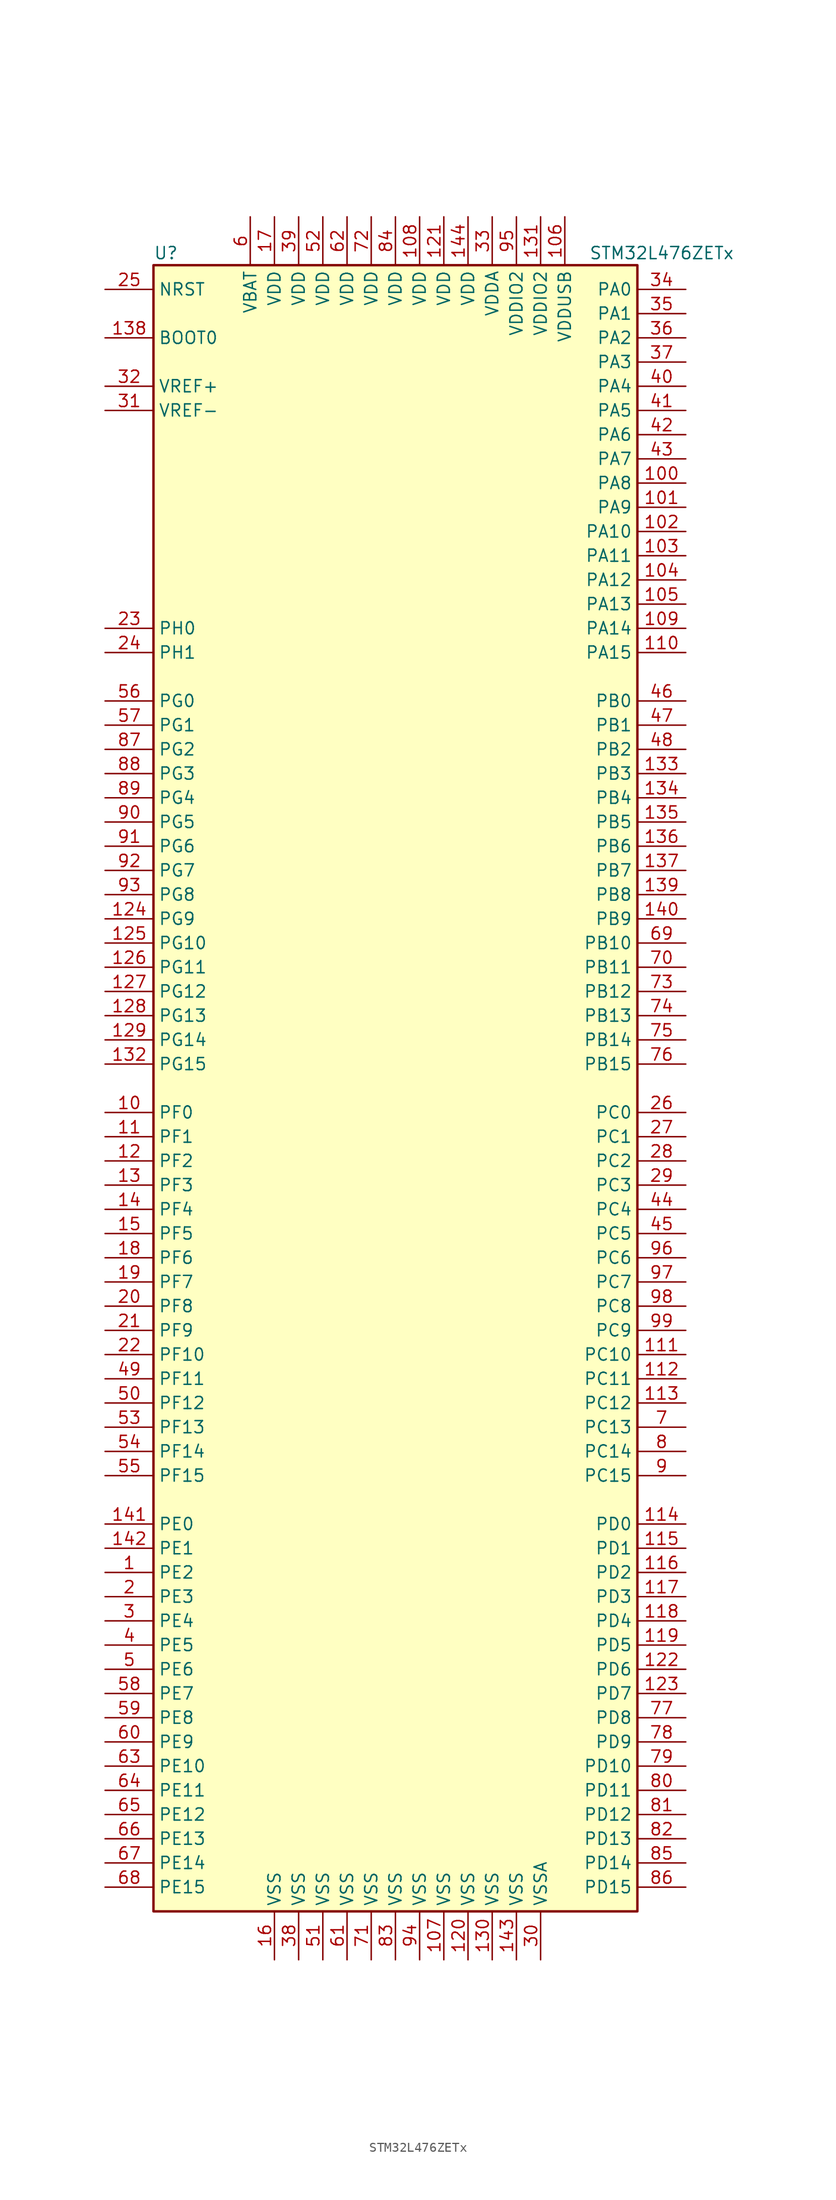
<source format=kicad_sym>
(kicad_symbol_lib
  (version 20201005)
  (generator kicad_symbol_editor)
  (symbol "STM32L476ZETx"
    (property "Reference" "U"
      (at -25.4 87.63 0)
      (effects (font (size 1.27 1.27)) (justify left)))
    (property "Value" "STM32L476ZETx"
      (at 20.32 87.63 0)
      (effects (font (size 1.27 1.27)) (justify left)))
    (symbol "STM32L476ZETx_0_1"
      (rectangle (start -25.4 -86.36) (end 25.4 86.36) (stroke (width 0.254)) (fill (type background))))
    (symbol "STM32L476ZETx_1_1"
      (pin bidirectional line (at -30.48 -50.8 0) (length 5.08) (name "PE2" (effects (font (size 1.27 1.27)))) (number "1" (effects (font (size 1.27 1.27)))))
      (pin bidirectional line (at -30.48 -2.54 0) (length 5.08) (name "PF0" (effects (font (size 1.27 1.27)))) (number "10" (effects (font (size 1.27 1.27)))))
      (pin bidirectional line (at 30.48 63.5 180) (length 5.08) (name "PA8" (effects (font (size 1.27 1.27)))) (number "100" (effects (font (size 1.27 1.27)))))
      (pin bidirectional line (at 30.48 60.96 180) (length 5.08) (name "PA9" (effects (font (size 1.27 1.27)))) (number "101" (effects (font (size 1.27 1.27)))))
      (pin bidirectional line (at 30.48 58.42 180) (length 5.08) (name "PA10" (effects (font (size 1.27 1.27)))) (number "102" (effects (font (size 1.27 1.27)))))
      (pin bidirectional line (at 30.48 55.88 180) (length 5.08) (name "PA11" (effects (font (size 1.27 1.27)))) (number "103" (effects (font (size 1.27 1.27)))))
      (pin bidirectional line (at 30.48 53.34 180) (length 5.08) (name "PA12" (effects (font (size 1.27 1.27)))) (number "104" (effects (font (size 1.27 1.27)))))
      (pin bidirectional line (at 30.48 50.8 180) (length 5.08) (name "PA13" (effects (font (size 1.27 1.27)))) (number "105" (effects (font (size 1.27 1.27)))))
      (pin power_in line (at 17.78 91.44 270) (length 5.08) (name "VDDUSB" (effects (font (size 1.27 1.27)))) (number "106" (effects (font (size 1.27 1.27)))))
      (pin power_in line (at 5.08 -91.44 90) (length 5.08) (name "VSS" (effects (font (size 1.27 1.27)))) (number "107" (effects (font (size 1.27 1.27)))))
      (pin power_in line (at 2.54 91.44 270) (length 5.08) (name "VDD" (effects (font (size 1.27 1.27)))) (number "108" (effects (font (size 1.27 1.27)))))
      (pin bidirectional line (at 30.48 48.26 180) (length 5.08) (name "PA14" (effects (font (size 1.27 1.27)))) (number "109" (effects (font (size 1.27 1.27)))))
      (pin bidirectional line (at -30.48 -5.08 0) (length 5.08) (name "PF1" (effects (font (size 1.27 1.27)))) (number "11" (effects (font (size 1.27 1.27)))))
      (pin bidirectional line (at 30.48 45.72 180) (length 5.08) (name "PA15" (effects (font (size 1.27 1.27)))) (number "110" (effects (font (size 1.27 1.27)))))
      (pin bidirectional line (at 30.48 -27.94 180) (length 5.08) (name "PC10" (effects (font (size 1.27 1.27)))) (number "111" (effects (font (size 1.27 1.27)))))
      (pin bidirectional line (at 30.48 -30.48 180) (length 5.08) (name "PC11" (effects (font (size 1.27 1.27)))) (number "112" (effects (font (size 1.27 1.27)))))
      (pin bidirectional line (at 30.48 -33.02 180) (length 5.08) (name "PC12" (effects (font (size 1.27 1.27)))) (number "113" (effects (font (size 1.27 1.27)))))
      (pin bidirectional line (at 30.48 -45.72 180) (length 5.08) (name "PD0" (effects (font (size 1.27 1.27)))) (number "114" (effects (font (size 1.27 1.27)))))
      (pin bidirectional line (at 30.48 -48.26 180) (length 5.08) (name "PD1" (effects (font (size 1.27 1.27)))) (number "115" (effects (font (size 1.27 1.27)))))
      (pin bidirectional line (at 30.48 -50.8 180) (length 5.08) (name "PD2" (effects (font (size 1.27 1.27)))) (number "116" (effects (font (size 1.27 1.27)))))
      (pin bidirectional line (at 30.48 -53.34 180) (length 5.08) (name "PD3" (effects (font (size 1.27 1.27)))) (number "117" (effects (font (size 1.27 1.27)))))
      (pin bidirectional line (at 30.48 -55.88 180) (length 5.08) (name "PD4" (effects (font (size 1.27 1.27)))) (number "118" (effects (font (size 1.27 1.27)))))
      (pin bidirectional line (at 30.48 -58.42 180) (length 5.08) (name "PD5" (effects (font (size 1.27 1.27)))) (number "119" (effects (font (size 1.27 1.27)))))
      (pin bidirectional line (at -30.48 -7.62 0) (length 5.08) (name "PF2" (effects (font (size 1.27 1.27)))) (number "12" (effects (font (size 1.27 1.27)))))
      (pin power_in line (at 7.62 -91.44 90) (length 5.08) (name "VSS" (effects (font (size 1.27 1.27)))) (number "120" (effects (font (size 1.27 1.27)))))
      (pin power_in line (at 5.08 91.44 270) (length 5.08) (name "VDD" (effects (font (size 1.27 1.27)))) (number "121" (effects (font (size 1.27 1.27)))))
      (pin bidirectional line (at 30.48 -60.96 180) (length 5.08) (name "PD6" (effects (font (size 1.27 1.27)))) (number "122" (effects (font (size 1.27 1.27)))))
      (pin bidirectional line (at 30.48 -63.5 180) (length 5.08) (name "PD7" (effects (font (size 1.27 1.27)))) (number "123" (effects (font (size 1.27 1.27)))))
      (pin bidirectional line (at -30.48 17.78 0) (length 5.08) (name "PG9" (effects (font (size 1.27 1.27)))) (number "124" (effects (font (size 1.27 1.27)))))
      (pin bidirectional line (at -30.48 15.24 0) (length 5.08) (name "PG10" (effects (font (size 1.27 1.27)))) (number "125" (effects (font (size 1.27 1.27)))))
      (pin bidirectional line (at -30.48 12.7 0) (length 5.08) (name "PG11" (effects (font (size 1.27 1.27)))) (number "126" (effects (font (size 1.27 1.27)))))
      (pin bidirectional line (at -30.48 10.16 0) (length 5.08) (name "PG12" (effects (font (size 1.27 1.27)))) (number "127" (effects (font (size 1.27 1.27)))))
      (pin bidirectional line (at -30.48 7.62 0) (length 5.08) (name "PG13" (effects (font (size 1.27 1.27)))) (number "128" (effects (font (size 1.27 1.27)))))
      (pin bidirectional line (at -30.48 5.08 0) (length 5.08) (name "PG14" (effects (font (size 1.27 1.27)))) (number "129" (effects (font (size 1.27 1.27)))))
      (pin bidirectional line (at -30.48 -10.16 0) (length 5.08) (name "PF3" (effects (font (size 1.27 1.27)))) (number "13" (effects (font (size 1.27 1.27)))))
      (pin power_in line (at 10.16 -91.44 90) (length 5.08) (name "VSS" (effects (font (size 1.27 1.27)))) (number "130" (effects (font (size 1.27 1.27)))))
      (pin power_in line (at 15.24 91.44 270) (length 5.08) (name "VDDIO2" (effects (font (size 1.27 1.27)))) (number "131" (effects (font (size 1.27 1.27)))))
      (pin bidirectional line (at -30.48 2.54 0) (length 5.08) (name "PG15" (effects (font (size 1.27 1.27)))) (number "132" (effects (font (size 1.27 1.27)))))
      (pin bidirectional line (at 30.48 33.02 180) (length 5.08) (name "PB3" (effects (font (size 1.27 1.27)))) (number "133" (effects (font (size 1.27 1.27)))))
      (pin bidirectional line (at 30.48 30.48 180) (length 5.08) (name "PB4" (effects (font (size 1.27 1.27)))) (number "134" (effects (font (size 1.27 1.27)))))
      (pin bidirectional line (at 30.48 27.94 180) (length 5.08) (name "PB5" (effects (font (size 1.27 1.27)))) (number "135" (effects (font (size 1.27 1.27)))))
      (pin bidirectional line (at 30.48 25.4 180) (length 5.08) (name "PB6" (effects (font (size 1.27 1.27)))) (number "136" (effects (font (size 1.27 1.27)))))
      (pin bidirectional line (at 30.48 22.86 180) (length 5.08) (name "PB7" (effects (font (size 1.27 1.27)))) (number "137" (effects (font (size 1.27 1.27)))))
      (pin input line (at -30.48 78.74 0) (length 5.08) (name "BOOT0" (effects (font (size 1.27 1.27)))) (number "138" (effects (font (size 1.27 1.27)))))
      (pin bidirectional line (at 30.48 20.32 180) (length 5.08) (name "PB8" (effects (font (size 1.27 1.27)))) (number "139" (effects (font (size 1.27 1.27)))))
      (pin bidirectional line (at -30.48 -12.7 0) (length 5.08) (name "PF4" (effects (font (size 1.27 1.27)))) (number "14" (effects (font (size 1.27 1.27)))))
      (pin bidirectional line (at 30.48 17.78 180) (length 5.08) (name "PB9" (effects (font (size 1.27 1.27)))) (number "140" (effects (font (size 1.27 1.27)))))
      (pin bidirectional line (at -30.48 -45.72 0) (length 5.08) (name "PE0" (effects (font (size 1.27 1.27)))) (number "141" (effects (font (size 1.27 1.27)))))
      (pin bidirectional line (at -30.48 -48.26 0) (length 5.08) (name "PE1" (effects (font (size 1.27 1.27)))) (number "142" (effects (font (size 1.27 1.27)))))
      (pin power_in line (at 12.7 -91.44 90) (length 5.08) (name "VSS" (effects (font (size 1.27 1.27)))) (number "143" (effects (font (size 1.27 1.27)))))
      (pin power_in line (at 7.62 91.44 270) (length 5.08) (name "VDD" (effects (font (size 1.27 1.27)))) (number "144" (effects (font (size 1.27 1.27)))))
      (pin bidirectional line (at -30.48 -15.24 0) (length 5.08) (name "PF5" (effects (font (size 1.27 1.27)))) (number "15" (effects (font (size 1.27 1.27)))))
      (pin power_in line (at -12.7 -91.44 90) (length 5.08) (name "VSS" (effects (font (size 1.27 1.27)))) (number "16" (effects (font (size 1.27 1.27)))))
      (pin power_in line (at -12.7 91.44 270) (length 5.08) (name "VDD" (effects (font (size 1.27 1.27)))) (number "17" (effects (font (size 1.27 1.27)))))
      (pin bidirectional line (at -30.48 -17.78 0) (length 5.08) (name "PF6" (effects (font (size 1.27 1.27)))) (number "18" (effects (font (size 1.27 1.27)))))
      (pin bidirectional line (at -30.48 -20.32 0) (length 5.08) (name "PF7" (effects (font (size 1.27 1.27)))) (number "19" (effects (font (size 1.27 1.27)))))
      (pin bidirectional line (at -30.48 -53.34 0) (length 5.08) (name "PE3" (effects (font (size 1.27 1.27)))) (number "2" (effects (font (size 1.27 1.27)))))
      (pin bidirectional line (at -30.48 -22.86 0) (length 5.08) (name "PF8" (effects (font (size 1.27 1.27)))) (number "20" (effects (font (size 1.27 1.27)))))
      (pin bidirectional line (at -30.48 -25.4 0) (length 5.08) (name "PF9" (effects (font (size 1.27 1.27)))) (number "21" (effects (font (size 1.27 1.27)))))
      (pin bidirectional line (at -30.48 -27.94 0) (length 5.08) (name "PF10" (effects (font (size 1.27 1.27)))) (number "22" (effects (font (size 1.27 1.27)))))
      (pin input line (at -30.48 48.26 0) (length 5.08) (name "PH0" (effects (font (size 1.27 1.27)))) (number "23" (effects (font (size 1.27 1.27)))))
      (pin input line (at -30.48 45.72 0) (length 5.08) (name "PH1" (effects (font (size 1.27 1.27)))) (number "24" (effects (font (size 1.27 1.27)))))
      (pin input line (at -30.48 83.82 0) (length 5.08) (name "NRST" (effects (font (size 1.27 1.27)))) (number "25" (effects (font (size 1.27 1.27)))))
      (pin bidirectional line (at 30.48 -2.54 180) (length 5.08) (name "PC0" (effects (font (size 1.27 1.27)))) (number "26" (effects (font (size 1.27 1.27)))))
      (pin bidirectional line (at 30.48 -5.08 180) (length 5.08) (name "PC1" (effects (font (size 1.27 1.27)))) (number "27" (effects (font (size 1.27 1.27)))))
      (pin bidirectional line (at 30.48 -7.62 180) (length 5.08) (name "PC2" (effects (font (size 1.27 1.27)))) (number "28" (effects (font (size 1.27 1.27)))))
      (pin bidirectional line (at 30.48 -10.16 180) (length 5.08) (name "PC3" (effects (font (size 1.27 1.27)))) (number "29" (effects (font (size 1.27 1.27)))))
      (pin bidirectional line (at -30.48 -55.88 0) (length 5.08) (name "PE4" (effects (font (size 1.27 1.27)))) (number "3" (effects (font (size 1.27 1.27)))))
      (pin power_in line (at 15.24 -91.44 90) (length 5.08) (name "VSSA" (effects (font (size 1.27 1.27)))) (number "30" (effects (font (size 1.27 1.27)))))
      (pin power_in line (at -30.48 71.12 0) (length 5.08) (name "VREF-" (effects (font (size 1.27 1.27)))) (number "31" (effects (font (size 1.27 1.27)))))
      (pin bidirectional line (at -30.48 73.66 0) (length 5.08) (name "VREF+" (effects (font (size 1.27 1.27)))) (number "32" (effects (font (size 1.27 1.27)))))
      (pin power_in line (at 10.16 91.44 270) (length 5.08) (name "VDDA" (effects (font (size 1.27 1.27)))) (number "33" (effects (font (size 1.27 1.27)))))
      (pin bidirectional line (at 30.48 83.82 180) (length 5.08) (name "PA0" (effects (font (size 1.27 1.27)))) (number "34" (effects (font (size 1.27 1.27)))))
      (pin bidirectional line (at 30.48 81.28 180) (length 5.08) (name "PA1" (effects (font (size 1.27 1.27)))) (number "35" (effects (font (size 1.27 1.27)))))
      (pin bidirectional line (at 30.48 78.74 180) (length 5.08) (name "PA2" (effects (font (size 1.27 1.27)))) (number "36" (effects (font (size 1.27 1.27)))))
      (pin bidirectional line (at 30.48 76.2 180) (length 5.08) (name "PA3" (effects (font (size 1.27 1.27)))) (number "37" (effects (font (size 1.27 1.27)))))
      (pin power_in line (at -10.16 -91.44 90) (length 5.08) (name "VSS" (effects (font (size 1.27 1.27)))) (number "38" (effects (font (size 1.27 1.27)))))
      (pin power_in line (at -10.16 91.44 270) (length 5.08) (name "VDD" (effects (font (size 1.27 1.27)))) (number "39" (effects (font (size 1.27 1.27)))))
      (pin bidirectional line (at -30.48 -58.42 0) (length 5.08) (name "PE5" (effects (font (size 1.27 1.27)))) (number "4" (effects (font (size 1.27 1.27)))))
      (pin bidirectional line (at 30.48 73.66 180) (length 5.08) (name "PA4" (effects (font (size 1.27 1.27)))) (number "40" (effects (font (size 1.27 1.27)))))
      (pin bidirectional line (at 30.48 71.12 180) (length 5.08) (name "PA5" (effects (font (size 1.27 1.27)))) (number "41" (effects (font (size 1.27 1.27)))))
      (pin bidirectional line (at 30.48 68.58 180) (length 5.08) (name "PA6" (effects (font (size 1.27 1.27)))) (number "42" (effects (font (size 1.27 1.27)))))
      (pin bidirectional line (at 30.48 66.04 180) (length 5.08) (name "PA7" (effects (font (size 1.27 1.27)))) (number "43" (effects (font (size 1.27 1.27)))))
      (pin bidirectional line (at 30.48 -12.7 180) (length 5.08) (name "PC4" (effects (font (size 1.27 1.27)))) (number "44" (effects (font (size 1.27 1.27)))))
      (pin bidirectional line (at 30.48 -15.24 180) (length 5.08) (name "PC5" (effects (font (size 1.27 1.27)))) (number "45" (effects (font (size 1.27 1.27)))))
      (pin bidirectional line (at 30.48 40.64 180) (length 5.08) (name "PB0" (effects (font (size 1.27 1.27)))) (number "46" (effects (font (size 1.27 1.27)))))
      (pin bidirectional line (at 30.48 38.1 180) (length 5.08) (name "PB1" (effects (font (size 1.27 1.27)))) (number "47" (effects (font (size 1.27 1.27)))))
      (pin bidirectional line (at 30.48 35.56 180) (length 5.08) (name "PB2" (effects (font (size 1.27 1.27)))) (number "48" (effects (font (size 1.27 1.27)))))
      (pin bidirectional line (at -30.48 -30.48 0) (length 5.08) (name "PF11" (effects (font (size 1.27 1.27)))) (number "49" (effects (font (size 1.27 1.27)))))
      (pin bidirectional line (at -30.48 -60.96 0) (length 5.08) (name "PE6" (effects (font (size 1.27 1.27)))) (number "5" (effects (font (size 1.27 1.27)))))
      (pin bidirectional line (at -30.48 -33.02 0) (length 5.08) (name "PF12" (effects (font (size 1.27 1.27)))) (number "50" (effects (font (size 1.27 1.27)))))
      (pin power_in line (at -7.62 -91.44 90) (length 5.08) (name "VSS" (effects (font (size 1.27 1.27)))) (number "51" (effects (font (size 1.27 1.27)))))
      (pin power_in line (at -7.62 91.44 270) (length 5.08) (name "VDD" (effects (font (size 1.27 1.27)))) (number "52" (effects (font (size 1.27 1.27)))))
      (pin bidirectional line (at -30.48 -35.56 0) (length 5.08) (name "PF13" (effects (font (size 1.27 1.27)))) (number "53" (effects (font (size 1.27 1.27)))))
      (pin bidirectional line (at -30.48 -38.1 0) (length 5.08) (name "PF14" (effects (font (size 1.27 1.27)))) (number "54" (effects (font (size 1.27 1.27)))))
      (pin bidirectional line (at -30.48 -40.64 0) (length 5.08) (name "PF15" (effects (font (size 1.27 1.27)))) (number "55" (effects (font (size 1.27 1.27)))))
      (pin bidirectional line (at -30.48 40.64 0) (length 5.08) (name "PG0" (effects (font (size 1.27 1.27)))) (number "56" (effects (font (size 1.27 1.27)))))
      (pin bidirectional line (at -30.48 38.1 0) (length 5.08) (name "PG1" (effects (font (size 1.27 1.27)))) (number "57" (effects (font (size 1.27 1.27)))))
      (pin bidirectional line (at -30.48 -63.5 0) (length 5.08) (name "PE7" (effects (font (size 1.27 1.27)))) (number "58" (effects (font (size 1.27 1.27)))))
      (pin bidirectional line (at -30.48 -66.04 0) (length 5.08) (name "PE8" (effects (font (size 1.27 1.27)))) (number "59" (effects (font (size 1.27 1.27)))))
      (pin power_in line (at -15.24 91.44 270) (length 5.08) (name "VBAT" (effects (font (size 1.27 1.27)))) (number "6" (effects (font (size 1.27 1.27)))))
      (pin bidirectional line (at -30.48 -68.58 0) (length 5.08) (name "PE9" (effects (font (size 1.27 1.27)))) (number "60" (effects (font (size 1.27 1.27)))))
      (pin power_in line (at -5.08 -91.44 90) (length 5.08) (name "VSS" (effects (font (size 1.27 1.27)))) (number "61" (effects (font (size 1.27 1.27)))))
      (pin power_in line (at -5.08 91.44 270) (length 5.08) (name "VDD" (effects (font (size 1.27 1.27)))) (number "62" (effects (font (size 1.27 1.27)))))
      (pin bidirectional line (at -30.48 -71.12 0) (length 5.08) (name "PE10" (effects (font (size 1.27 1.27)))) (number "63" (effects (font (size 1.27 1.27)))))
      (pin bidirectional line (at -30.48 -73.66 0) (length 5.08) (name "PE11" (effects (font (size 1.27 1.27)))) (number "64" (effects (font (size 1.27 1.27)))))
      (pin bidirectional line (at -30.48 -76.2 0) (length 5.08) (name "PE12" (effects (font (size 1.27 1.27)))) (number "65" (effects (font (size 1.27 1.27)))))
      (pin bidirectional line (at -30.48 -78.74 0) (length 5.08) (name "PE13" (effects (font (size 1.27 1.27)))) (number "66" (effects (font (size 1.27 1.27)))))
      (pin bidirectional line (at -30.48 -81.28 0) (length 5.08) (name "PE14" (effects (font (size 1.27 1.27)))) (number "67" (effects (font (size 1.27 1.27)))))
      (pin bidirectional line (at -30.48 -83.82 0) (length 5.08) (name "PE15" (effects (font (size 1.27 1.27)))) (number "68" (effects (font (size 1.27 1.27)))))
      (pin bidirectional line (at 30.48 15.24 180) (length 5.08) (name "PB10" (effects (font (size 1.27 1.27)))) (number "69" (effects (font (size 1.27 1.27)))))
      (pin bidirectional line (at 30.48 -35.56 180) (length 5.08) (name "PC13" (effects (font (size 1.27 1.27)))) (number "7" (effects (font (size 1.27 1.27)))))
      (pin bidirectional line (at 30.48 12.7 180) (length 5.08) (name "PB11" (effects (font (size 1.27 1.27)))) (number "70" (effects (font (size 1.27 1.27)))))
      (pin power_in line (at -2.54 -91.44 90) (length 5.08) (name "VSS" (effects (font (size 1.27 1.27)))) (number "71" (effects (font (size 1.27 1.27)))))
      (pin power_in line (at -2.54 91.44 270) (length 5.08) (name "VDD" (effects (font (size 1.27 1.27)))) (number "72" (effects (font (size 1.27 1.27)))))
      (pin bidirectional line (at 30.48 10.16 180) (length 5.08) (name "PB12" (effects (font (size 1.27 1.27)))) (number "73" (effects (font (size 1.27 1.27)))))
      (pin bidirectional line (at 30.48 7.62 180) (length 5.08) (name "PB13" (effects (font (size 1.27 1.27)))) (number "74" (effects (font (size 1.27 1.27)))))
      (pin bidirectional line (at 30.48 5.08 180) (length 5.08) (name "PB14" (effects (font (size 1.27 1.27)))) (number "75" (effects (font (size 1.27 1.27)))))
      (pin bidirectional line (at 30.48 2.54 180) (length 5.08) (name "PB15" (effects (font (size 1.27 1.27)))) (number "76" (effects (font (size 1.27 1.27)))))
      (pin bidirectional line (at 30.48 -66.04 180) (length 5.08) (name "PD8" (effects (font (size 1.27 1.27)))) (number "77" (effects (font (size 1.27 1.27)))))
      (pin bidirectional line (at 30.48 -68.58 180) (length 5.08) (name "PD9" (effects (font (size 1.27 1.27)))) (number "78" (effects (font (size 1.27 1.27)))))
      (pin bidirectional line (at 30.48 -71.12 180) (length 5.08) (name "PD10" (effects (font (size 1.27 1.27)))) (number "79" (effects (font (size 1.27 1.27)))))
      (pin bidirectional line (at 30.48 -38.1 180) (length 5.08) (name "PC14" (effects (font (size 1.27 1.27)))) (number "8" (effects (font (size 1.27 1.27)))))
      (pin bidirectional line (at 30.48 -73.66 180) (length 5.08) (name "PD11" (effects (font (size 1.27 1.27)))) (number "80" (effects (font (size 1.27 1.27)))))
      (pin bidirectional line (at 30.48 -76.2 180) (length 5.08) (name "PD12" (effects (font (size 1.27 1.27)))) (number "81" (effects (font (size 1.27 1.27)))))
      (pin bidirectional line (at 30.48 -78.74 180) (length 5.08) (name "PD13" (effects (font (size 1.27 1.27)))) (number "82" (effects (font (size 1.27 1.27)))))
      (pin power_in line (at 0 -91.44 90) (length 5.08) (name "VSS" (effects (font (size 1.27 1.27)))) (number "83" (effects (font (size 1.27 1.27)))))
      (pin power_in line (at 0 91.44 270) (length 5.08) (name "VDD" (effects (font (size 1.27 1.27)))) (number "84" (effects (font (size 1.27 1.27)))))
      (pin bidirectional line (at 30.48 -81.28 180) (length 5.08) (name "PD14" (effects (font (size 1.27 1.27)))) (number "85" (effects (font (size 1.27 1.27)))))
      (pin bidirectional line (at 30.48 -83.82 180) (length 5.08) (name "PD15" (effects (font (size 1.27 1.27)))) (number "86" (effects (font (size 1.27 1.27)))))
      (pin bidirectional line (at -30.48 35.56 0) (length 5.08) (name "PG2" (effects (font (size 1.27 1.27)))) (number "87" (effects (font (size 1.27 1.27)))))
      (pin bidirectional line (at -30.48 33.02 0) (length 5.08) (name "PG3" (effects (font (size 1.27 1.27)))) (number "88" (effects (font (size 1.27 1.27)))))
      (pin bidirectional line (at -30.48 30.48 0) (length 5.08) (name "PG4" (effects (font (size 1.27 1.27)))) (number "89" (effects (font (size 1.27 1.27)))))
      (pin bidirectional line (at 30.48 -40.64 180) (length 5.08) (name "PC15" (effects (font (size 1.27 1.27)))) (number "9" (effects (font (size 1.27 1.27)))))
      (pin bidirectional line (at -30.48 27.94 0) (length 5.08) (name "PG5" (effects (font (size 1.27 1.27)))) (number "90" (effects (font (size 1.27 1.27)))))
      (pin bidirectional line (at -30.48 25.4 0) (length 5.08) (name "PG6" (effects (font (size 1.27 1.27)))) (number "91" (effects (font (size 1.27 1.27)))))
      (pin bidirectional line (at -30.48 22.86 0) (length 5.08) (name "PG7" (effects (font (size 1.27 1.27)))) (number "92" (effects (font (size 1.27 1.27)))))
      (pin bidirectional line (at -30.48 20.32 0) (length 5.08) (name "PG8" (effects (font (size 1.27 1.27)))) (number "93" (effects (font (size 1.27 1.27)))))
      (pin power_in line (at 2.54 -91.44 90) (length 5.08) (name "VSS" (effects (font (size 1.27 1.27)))) (number "94" (effects (font (size 1.27 1.27)))))
      (pin power_in line (at 12.7 91.44 270) (length 5.08) (name "VDDIO2" (effects (font (size 1.27 1.27)))) (number "95" (effects (font (size 1.27 1.27)))))
      (pin bidirectional line (at 30.48 -17.78 180) (length 5.08) (name "PC6" (effects (font (size 1.27 1.27)))) (number "96" (effects (font (size 1.27 1.27)))))
      (pin bidirectional line (at 30.48 -20.32 180) (length 5.08) (name "PC7" (effects (font (size 1.27 1.27)))) (number "97" (effects (font (size 1.27 1.27)))))
      (pin bidirectional line (at 30.48 -22.86 180) (length 5.08) (name "PC8" (effects (font (size 1.27 1.27)))) (number "98" (effects (font (size 1.27 1.27)))))
      (pin bidirectional line (at 30.48 -25.4 180) (length 5.08) (name "PC9" (effects (font (size 1.27 1.27)))) (number "99" (effects (font (size 1.27 1.27))))))))
</source>
